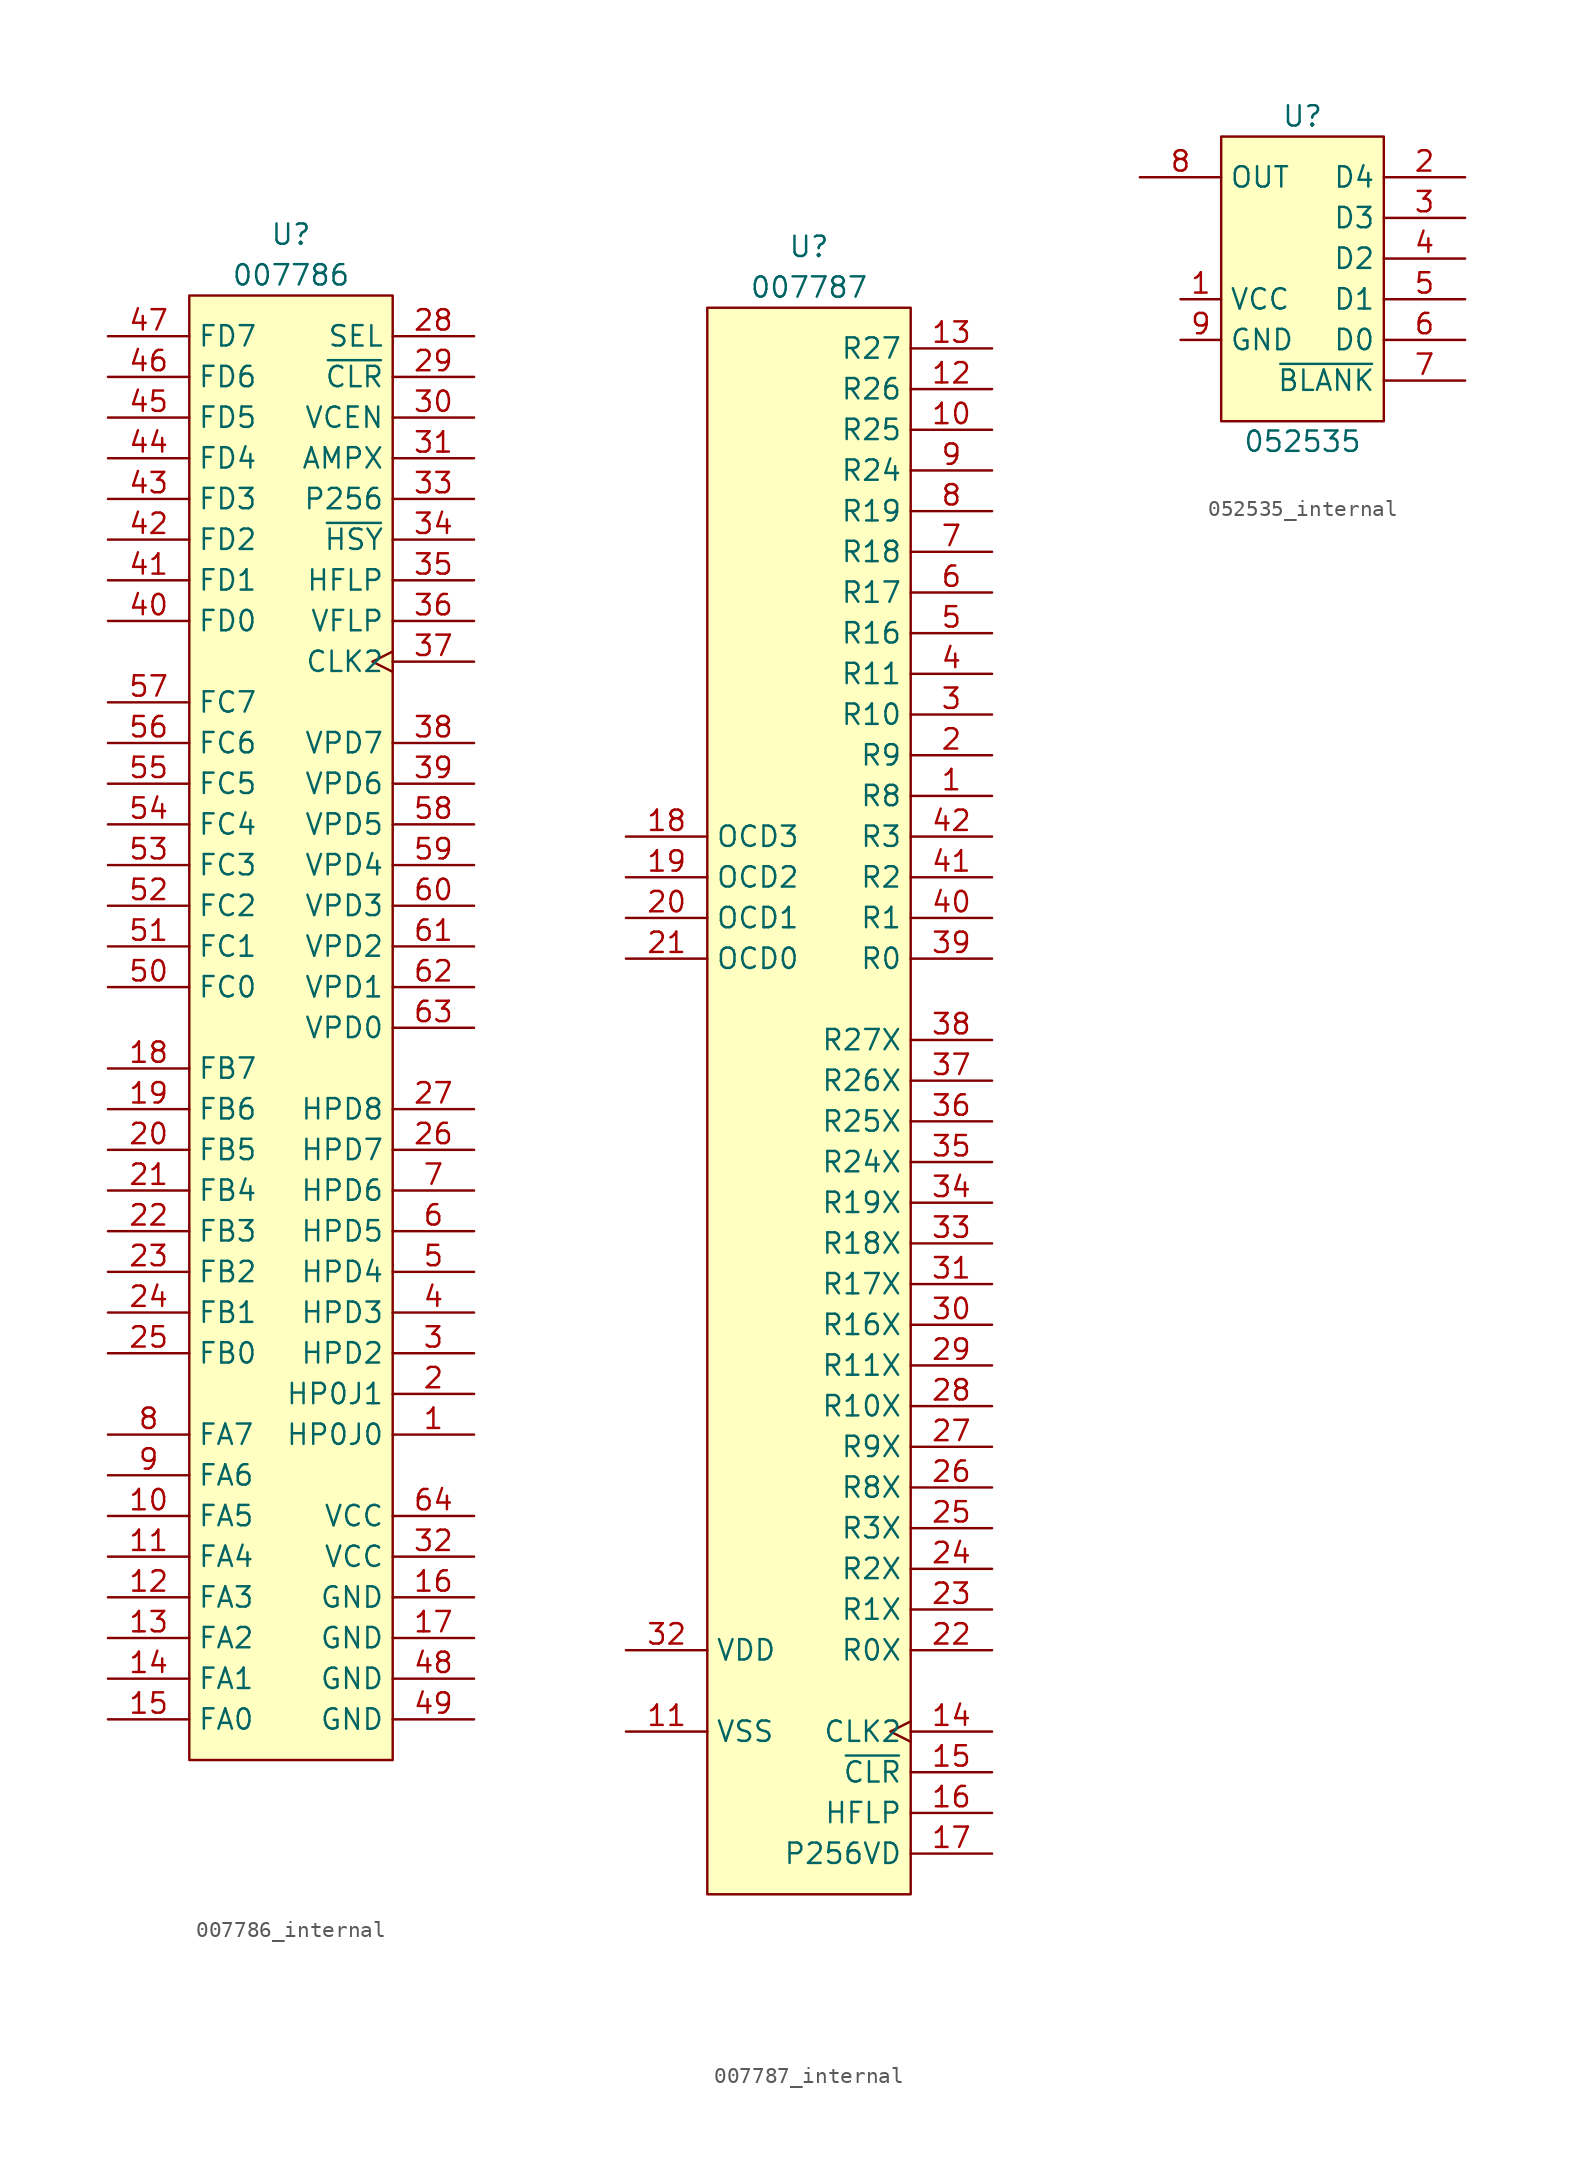
<source format=kicad_sym>
(kicad_symbol_lib
  (version 20231120)
  (generator "kicad_symbol_editor")
  (generator_version "8.0")
  (symbol "007786_internal"
    (property "Reference" "U"
      (at 0 50.8 0)
      (effects (font (size 1.27 1.27))))
    (property "Value" "007786"
      (at 0 48.26 0)
      (effects (font (size 1.27 1.27))))
    (symbol "007786_internal_0_0"
      (pin output line (at 11.43 -24.13 180) (length 5.08) (name "HP0J0" (effects (font (size 1.27 1.27)))) (number "1" (effects (font (size 1.27 1.27)))))
      (pin input line (at -11.43 -29.21 0) (length 5.08) (name "FA5" (effects (font (size 1.27 1.27)))) (number "10" (effects (font (size 1.27 1.27)))))
      (pin input line (at -11.43 -31.75 0) (length 5.08) (name "FA4" (effects (font (size 1.27 1.27)))) (number "11" (effects (font (size 1.27 1.27)))))
      (pin input line (at -11.43 -34.29 0) (length 5.08) (name "FA3" (effects (font (size 1.27 1.27)))) (number "12" (effects (font (size 1.27 1.27)))))
      (pin input line (at -11.43 -36.83 0) (length 5.08) (name "FA2" (effects (font (size 1.27 1.27)))) (number "13" (effects (font (size 1.27 1.27)))))
      (pin input line (at -11.43 -39.37 0) (length 5.08) (name "FA1" (effects (font (size 1.27 1.27)))) (number "14" (effects (font (size 1.27 1.27)))))
      (pin input line (at -11.43 -41.91 0) (length 5.08) (name "FA0" (effects (font (size 1.27 1.27)))) (number "15" (effects (font (size 1.27 1.27)))))
      (pin power_out line (at 11.43 -34.29 180) (length 5.08) (name "GND" (effects (font (size 1.27 1.27)))) (number "16" (effects (font (size 1.27 1.27)))))
      (pin power_out line (at 11.43 -36.83 180) (length 5.08) (name "GND" (effects (font (size 1.27 1.27)))) (number "17" (effects (font (size 1.27 1.27)))))
      (pin input line (at -11.43 -1.27 0) (length 5.08) (name "FB7" (effects (font (size 1.27 1.27)))) (number "18" (effects (font (size 1.27 1.27)))))
      (pin input line (at -11.43 -3.81 0) (length 5.08) (name "FB6" (effects (font (size 1.27 1.27)))) (number "19" (effects (font (size 1.27 1.27)))))
      (pin output line (at 11.43 -21.59 180) (length 5.08) (name "HP0J1" (effects (font (size 1.27 1.27)))) (number "2" (effects (font (size 1.27 1.27)))))
      (pin input line (at -11.43 -6.35 0) (length 5.08) (name "FB5" (effects (font (size 1.27 1.27)))) (number "20" (effects (font (size 1.27 1.27)))))
      (pin input line (at -11.43 -8.89 0) (length 5.08) (name "FB4" (effects (font (size 1.27 1.27)))) (number "21" (effects (font (size 1.27 1.27)))))
      (pin input line (at -11.43 -11.43 0) (length 5.08) (name "FB3" (effects (font (size 1.27 1.27)))) (number "22" (effects (font (size 1.27 1.27)))))
      (pin input line (at -11.43 -13.97 0) (length 5.08) (name "FB2" (effects (font (size 1.27 1.27)))) (number "23" (effects (font (size 1.27 1.27)))))
      (pin input line (at -11.43 -16.51 0) (length 5.08) (name "FB1" (effects (font (size 1.27 1.27)))) (number "24" (effects (font (size 1.27 1.27)))))
      (pin input line (at -11.43 -19.05 0) (length 5.08) (name "FB0" (effects (font (size 1.27 1.27)))) (number "25" (effects (font (size 1.27 1.27)))))
      (pin output line (at 11.43 -6.35 180) (length 5.08) (name "HPD7" (effects (font (size 1.27 1.27)))) (number "26" (effects (font (size 1.27 1.27)))))
      (pin output line (at 11.43 -3.81 180) (length 5.08) (name "HPD8" (effects (font (size 1.27 1.27)))) (number "27" (effects (font (size 1.27 1.27)))))
      (pin output line (at 11.43 44.45 180) (length 5.08) (name "SEL" (effects (font (size 1.27 1.27)))) (number "28" (effects (font (size 1.27 1.27)))))
      (pin output line (at 11.43 -19.05 180) (length 5.08) (name "HPD2" (effects (font (size 1.27 1.27)))) (number "3" (effects (font (size 1.27 1.27)))))
      (pin output line (at 11.43 39.37 180) (length 5.08) (name "VCEN" (effects (font (size 1.27 1.27)))) (number "30" (effects (font (size 1.27 1.27)))))
      (pin output line (at 11.43 36.83 180) (length 5.08) (name "AMPX" (effects (font (size 1.27 1.27)))) (number "31" (effects (font (size 1.27 1.27)))))
      (pin power_out line (at 11.43 -31.75 180) (length 5.08) (name "VCC" (effects (font (size 1.27 1.27)))) (number "32" (effects (font (size 1.27 1.27)))))
      (pin output line (at 11.43 34.29 180) (length 5.08) (name "P256" (effects (font (size 1.27 1.27)))) (number "33" (effects (font (size 1.27 1.27)))))
      (pin output line (at 11.43 29.21 180) (length 5.08) (name "HFLP" (effects (font (size 1.27 1.27)))) (number "35" (effects (font (size 1.27 1.27)))))
      (pin output line (at 11.43 26.67 180) (length 5.08) (name "VFLP" (effects (font (size 1.27 1.27)))) (number "36" (effects (font (size 1.27 1.27)))))
      (pin output clock (at 11.43 24.13 180) (length 5.08) (name "CLK2" (effects (font (size 1.27 1.27)))) (number "37" (effects (font (size 1.27 1.27)))))
      (pin output line (at 11.43 19.05 180) (length 5.08) (name "VPD7" (effects (font (size 1.27 1.27)))) (number "38" (effects (font (size 1.27 1.27)))))
      (pin output line (at 11.43 16.51 180) (length 5.08) (name "VPD6" (effects (font (size 1.27 1.27)))) (number "39" (effects (font (size 1.27 1.27)))))
      (pin output line (at 11.43 -16.51 180) (length 5.08) (name "HPD3" (effects (font (size 1.27 1.27)))) (number "4" (effects (font (size 1.27 1.27)))))
      (pin input line (at -11.43 26.67 0) (length 5.08) (name "FD0" (effects (font (size 1.27 1.27)))) (number "40" (effects (font (size 1.27 1.27)))))
      (pin input line (at -11.43 29.21 0) (length 5.08) (name "FD1" (effects (font (size 1.27 1.27)))) (number "41" (effects (font (size 1.27 1.27)))))
      (pin input line (at -11.43 31.75 0) (length 5.08) (name "FD2" (effects (font (size 1.27 1.27)))) (number "42" (effects (font (size 1.27 1.27)))))
      (pin input line (at -11.43 34.29 0) (length 5.08) (name "FD3" (effects (font (size 1.27 1.27)))) (number "43" (effects (font (size 1.27 1.27)))))
      (pin input line (at -11.43 36.83 0) (length 5.08) (name "FD4" (effects (font (size 1.27 1.27)))) (number "44" (effects (font (size 1.27 1.27)))))
      (pin input line (at -11.43 39.37 0) (length 5.08) (name "FD5" (effects (font (size 1.27 1.27)))) (number "45" (effects (font (size 1.27 1.27)))))
      (pin input line (at -11.43 41.91 0) (length 5.08) (name "FD6" (effects (font (size 1.27 1.27)))) (number "46" (effects (font (size 1.27 1.27)))))
      (pin input line (at -11.43 44.45 0) (length 5.08) (name "FD7" (effects (font (size 1.27 1.27)))) (number "47" (effects (font (size 1.27 1.27)))))
      (pin power_out line (at 11.43 -39.37 180) (length 5.08) (name "GND" (effects (font (size 1.27 1.27)))) (number "48" (effects (font (size 1.27 1.27)))))
      (pin power_out line (at 11.43 -41.91 180) (length 5.08) (name "GND" (effects (font (size 1.27 1.27)))) (number "49" (effects (font (size 1.27 1.27)))))
      (pin output line (at 11.43 -13.97 180) (length 5.08) (name "HPD4" (effects (font (size 1.27 1.27)))) (number "5" (effects (font (size 1.27 1.27)))))
      (pin input line (at -11.43 3.81 0) (length 5.08) (name "FC0" (effects (font (size 1.27 1.27)))) (number "50" (effects (font (size 1.27 1.27)))))
      (pin input line (at -11.43 6.35 0) (length 5.08) (name "FC1" (effects (font (size 1.27 1.27)))) (number "51" (effects (font (size 1.27 1.27)))))
      (pin input line (at -11.43 8.89 0) (length 5.08) (name "FC2" (effects (font (size 1.27 1.27)))) (number "52" (effects (font (size 1.27 1.27)))))
      (pin input line (at -11.43 11.43 0) (length 5.08) (name "FC3" (effects (font (size 1.27 1.27)))) (number "53" (effects (font (size 1.27 1.27)))))
      (pin input line (at -11.43 13.97 0) (length 5.08) (name "FC4" (effects (font (size 1.27 1.27)))) (number "54" (effects (font (size 1.27 1.27)))))
      (pin input line (at -11.43 16.51 0) (length 5.08) (name "FC5" (effects (font (size 1.27 1.27)))) (number "55" (effects (font (size 1.27 1.27)))))
      (pin input line (at -11.43 19.05 0) (length 5.08) (name "FC6" (effects (font (size 1.27 1.27)))) (number "56" (effects (font (size 1.27 1.27)))))
      (pin input line (at -11.43 21.59 0) (length 5.08) (name "FC7" (effects (font (size 1.27 1.27)))) (number "57" (effects (font (size 1.27 1.27)))))
      (pin output line (at 11.43 13.97 180) (length 5.08) (name "VPD5" (effects (font (size 1.27 1.27)))) (number "58" (effects (font (size 1.27 1.27)))))
      (pin output line (at 11.43 11.43 180) (length 5.08) (name "VPD4" (effects (font (size 1.27 1.27)))) (number "59" (effects (font (size 1.27 1.27)))))
      (pin output line (at 11.43 -11.43 180) (length 5.08) (name "HPD5" (effects (font (size 1.27 1.27)))) (number "6" (effects (font (size 1.27 1.27)))))
      (pin output line (at 11.43 8.89 180) (length 5.08) (name "VPD3" (effects (font (size 1.27 1.27)))) (number "60" (effects (font (size 1.27 1.27)))))
      (pin output line (at 11.43 6.35 180) (length 5.08) (name "VPD2" (effects (font (size 1.27 1.27)))) (number "61" (effects (font (size 1.27 1.27)))))
      (pin output line (at 11.43 3.81 180) (length 5.08) (name "VPD1" (effects (font (size 1.27 1.27)))) (number "62" (effects (font (size 1.27 1.27)))))
      (pin output line (at 11.43 1.27 180) (length 5.08) (name "VPD0" (effects (font (size 1.27 1.27)))) (number "63" (effects (font (size 1.27 1.27)))))
      (pin power_out line (at 11.43 -29.21 180) (length 5.08) (name "VCC" (effects (font (size 1.27 1.27)))) (number "64" (effects (font (size 1.27 1.27)))))
      (pin output line (at 11.43 -8.89 180) (length 5.08) (name "HPD6" (effects (font (size 1.27 1.27)))) (number "7" (effects (font (size 1.27 1.27)))))
      (pin input line (at -11.43 -24.13 0) (length 5.08) (name "FA7" (effects (font (size 1.27 1.27)))) (number "8" (effects (font (size 1.27 1.27)))))
      (pin input line (at -11.43 -26.67 0) (length 5.08) (name "FA6" (effects (font (size 1.27 1.27)))) (number "9" (effects (font (size 1.27 1.27))))))
    (symbol "007786_internal_0_1"
      (rectangle (start -6.35 46.99) (end 6.35 -44.45) (stroke (width 0) (type default)) (fill (type background))))
    (symbol "007786_internal_1_0"
      (pin output line (at 11.43 41.91 180) (length 5.08) (name "~{CLR}" (effects (font (size 1.27 1.27)))) (number "29" (effects (font (size 1.27 1.27)))))
      (pin output line (at 11.43 31.75 180) (length 5.08) (name "~{HSY}" (effects (font (size 1.27 1.27)))) (number "34" (effects (font (size 1.27 1.27)))))))
  (symbol "007787_internal"
    (property "Reference" "U"
      (at 0 53.34 0)
      (effects (font (size 1.27 1.27))))
    (property "Value" "007787"
      (at 0 50.8 0)
      (effects (font (size 1.27 1.27))))
    (symbol "007787_internal_0_1"
      (rectangle (start -6.35 49.53) (end 6.35 -49.53) (stroke (width 0) (type default)) (fill (type background))))
    (symbol "007787_internal_1_1"
      (pin output line (at 11.43 19.05 180) (length 5.08) (name "R8" (effects (font (size 1.27 1.27)))) (number "1" (effects (font (size 1.27 1.27)))))
      (pin output line (at 11.43 41.91 180) (length 5.08) (name "R25" (effects (font (size 1.27 1.27)))) (number "10" (effects (font (size 1.27 1.27)))))
      (pin power_out line (at -11.43 -39.37 0) (length 5.08) (name "VSS" (effects (font (size 1.27 1.27)))) (number "11" (effects (font (size 1.27 1.27)))))
      (pin output line (at 11.43 44.45 180) (length 5.08) (name "R26" (effects (font (size 1.27 1.27)))) (number "12" (effects (font (size 1.27 1.27)))))
      (pin output line (at 11.43 46.99 180) (length 5.08) (name "R27" (effects (font (size 1.27 1.27)))) (number "13" (effects (font (size 1.27 1.27)))))
      (pin output clock (at 11.43 -39.37 180) (length 5.08) (name "CLK2" (effects (font (size 1.27 1.27)))) (number "14" (effects (font (size 1.27 1.27)))))
      (pin output line (at 11.43 -41.91 180) (length 5.08) (name "~{CLR}" (effects (font (size 1.27 1.27)))) (number "15" (effects (font (size 1.27 1.27)))))
      (pin output line (at 11.43 -44.45 180) (length 5.08) (name "HFLP" (effects (font (size 1.27 1.27)))) (number "16" (effects (font (size 1.27 1.27)))))
      (pin output line (at 11.43 -46.99 180) (length 5.08) (name "P256VD" (effects (font (size 1.27 1.27)))) (number "17" (effects (font (size 1.27 1.27)))))
      (pin input line (at -11.43 16.51 0) (length 5.08) (name "OCD3" (effects (font (size 1.27 1.27)))) (number "18" (effects (font (size 1.27 1.27)))))
      (pin input line (at -11.43 13.97 0) (length 5.08) (name "OCD2" (effects (font (size 1.27 1.27)))) (number "19" (effects (font (size 1.27 1.27)))))
      (pin output line (at 11.43 21.59 180) (length 5.08) (name "R9" (effects (font (size 1.27 1.27)))) (number "2" (effects (font (size 1.27 1.27)))))
      (pin input line (at -11.43 11.43 0) (length 5.08) (name "OCD1" (effects (font (size 1.27 1.27)))) (number "20" (effects (font (size 1.27 1.27)))))
      (pin input line (at -11.43 8.89 0) (length 5.08) (name "OCD0" (effects (font (size 1.27 1.27)))) (number "21" (effects (font (size 1.27 1.27)))))
      (pin output line (at 11.43 -34.29 180) (length 5.08) (name "R0X" (effects (font (size 1.27 1.27)))) (number "22" (effects (font (size 1.27 1.27)))))
      (pin output line (at 11.43 -31.75 180) (length 5.08) (name "R1X" (effects (font (size 1.27 1.27)))) (number "23" (effects (font (size 1.27 1.27)))))
      (pin output line (at 11.43 -29.21 180) (length 5.08) (name "R2X" (effects (font (size 1.27 1.27)))) (number "24" (effects (font (size 1.27 1.27)))))
      (pin output line (at 11.43 -26.67 180) (length 5.08) (name "R3X" (effects (font (size 1.27 1.27)))) (number "25" (effects (font (size 1.27 1.27)))))
      (pin output line (at 11.43 -24.13 180) (length 5.08) (name "R8X" (effects (font (size 1.27 1.27)))) (number "26" (effects (font (size 1.27 1.27)))))
      (pin output line (at 11.43 -21.59 180) (length 5.08) (name "R9X" (effects (font (size 1.27 1.27)))) (number "27" (effects (font (size 1.27 1.27)))))
      (pin output line (at 11.43 -19.05 180) (length 5.08) (name "R10X" (effects (font (size 1.27 1.27)))) (number "28" (effects (font (size 1.27 1.27)))))
      (pin output line (at 11.43 -16.51 180) (length 5.08) (name "R11X" (effects (font (size 1.27 1.27)))) (number "29" (effects (font (size 1.27 1.27)))))
      (pin output line (at 11.43 24.13 180) (length 5.08) (name "R10" (effects (font (size 1.27 1.27)))) (number "3" (effects (font (size 1.27 1.27)))))
      (pin output line (at 11.43 -13.97 180) (length 5.08) (name "R16X" (effects (font (size 1.27 1.27)))) (number "30" (effects (font (size 1.27 1.27)))))
      (pin output line (at 11.43 -11.43 180) (length 5.08) (name "R17X" (effects (font (size 1.27 1.27)))) (number "31" (effects (font (size 1.27 1.27)))))
      (pin power_out line (at -11.43 -34.29 0) (length 5.08) (name "VDD" (effects (font (size 1.27 1.27)))) (number "32" (effects (font (size 1.27 1.27)))))
      (pin output line (at 11.43 -8.89 180) (length 5.08) (name "R18X" (effects (font (size 1.27 1.27)))) (number "33" (effects (font (size 1.27 1.27)))))
      (pin output line (at 11.43 -6.35 180) (length 5.08) (name "R19X" (effects (font (size 1.27 1.27)))) (number "34" (effects (font (size 1.27 1.27)))))
      (pin output line (at 11.43 -3.81 180) (length 5.08) (name "R24X" (effects (font (size 1.27 1.27)))) (number "35" (effects (font (size 1.27 1.27)))))
      (pin output line (at 11.43 -1.27 180) (length 5.08) (name "R25X" (effects (font (size 1.27 1.27)))) (number "36" (effects (font (size 1.27 1.27)))))
      (pin output line (at 11.43 1.27 180) (length 5.08) (name "R26X" (effects (font (size 1.27 1.27)))) (number "37" (effects (font (size 1.27 1.27)))))
      (pin output line (at 11.43 3.81 180) (length 5.08) (name "R27X" (effects (font (size 1.27 1.27)))) (number "38" (effects (font (size 1.27 1.27)))))
      (pin output line (at 11.43 8.89 180) (length 5.08) (name "R0" (effects (font (size 1.27 1.27)))) (number "39" (effects (font (size 1.27 1.27)))))
      (pin output line (at 11.43 26.67 180) (length 5.08) (name "R11" (effects (font (size 1.27 1.27)))) (number "4" (effects (font (size 1.27 1.27)))))
      (pin output line (at 11.43 11.43 180) (length 5.08) (name "R1" (effects (font (size 1.27 1.27)))) (number "40" (effects (font (size 1.27 1.27)))))
      (pin output line (at 11.43 13.97 180) (length 5.08) (name "R2" (effects (font (size 1.27 1.27)))) (number "41" (effects (font (size 1.27 1.27)))))
      (pin output line (at 11.43 16.51 180) (length 5.08) (name "R3" (effects (font (size 1.27 1.27)))) (number "42" (effects (font (size 1.27 1.27)))))
      (pin output line (at 11.43 29.21 180) (length 5.08) (name "R16" (effects (font (size 1.27 1.27)))) (number "5" (effects (font (size 1.27 1.27)))))
      (pin output line (at 11.43 31.75 180) (length 5.08) (name "R17" (effects (font (size 1.27 1.27)))) (number "6" (effects (font (size 1.27 1.27)))))
      (pin output line (at 11.43 34.29 180) (length 5.08) (name "R18" (effects (font (size 1.27 1.27)))) (number "7" (effects (font (size 1.27 1.27)))))
      (pin output line (at 11.43 36.83 180) (length 5.08) (name "R19" (effects (font (size 1.27 1.27)))) (number "8" (effects (font (size 1.27 1.27)))))
      (pin output line (at 11.43 39.37 180) (length 5.08) (name "R24" (effects (font (size 1.27 1.27)))) (number "9" (effects (font (size 1.27 1.27)))))))
  (symbol "052535_internal"
    (property "Reference" "U"
      (at 0 8.89 0)
      (effects (font (size 1.27 1.27))))
    (property "Value" "052535"
      (at 0 -11.43 0)
      (effects (font (size 1.27 1.27))))
    (symbol "052535_internal_0_1"
      (rectangle (start -5.08 -10.16) (end 5.08 7.62) (stroke (width 0) (type default)) (fill (type background))))
    (symbol "052535_internal_1_1"
      (pin power_out line (at -7.62 -2.54 0) (length 2.54) (name "VCC" (effects (font (size 1.27 1.27)))) (number "1" (effects (font (size 1.27 1.27)))))
      (pin output line (at 10.16 5.08 180) (length 5.08) (name "D4" (effects (font (size 1.27 1.27)))) (number "2" (effects (font (size 1.27 1.27)))))
      (pin output line (at 10.16 2.54 180) (length 5.08) (name "D3" (effects (font (size 1.27 1.27)))) (number "3" (effects (font (size 1.27 1.27)))))
      (pin output line (at 10.16 0 180) (length 5.08) (name "D2" (effects (font (size 1.27 1.27)))) (number "4" (effects (font (size 1.27 1.27)))))
      (pin output line (at 10.16 -2.54 180) (length 5.08) (name "D1" (effects (font (size 1.27 1.27)))) (number "5" (effects (font (size 1.27 1.27)))))
      (pin output line (at 10.16 -5.08 180) (length 5.08) (name "D0" (effects (font (size 1.27 1.27)))) (number "6" (effects (font (size 1.27 1.27)))))
      (pin output line (at 10.16 -7.62 180) (length 5.08) (name "~{BLANK}" (effects (font (size 1.27 1.27)))) (number "7" (effects (font (size 1.27 1.27)))))
      (pin input line (at -10.16 5.08 0) (length 5.08) (name "OUT" (effects (font (size 1.27 1.27)))) (number "8" (effects (font (size 1.27 1.27)))))
      (pin power_out line (at -7.62 -5.08 0) (length 2.54) (name "GND" (effects (font (size 1.27 1.27)))) (number "9" (effects (font (size 1.27 1.27))))))))
</source>
